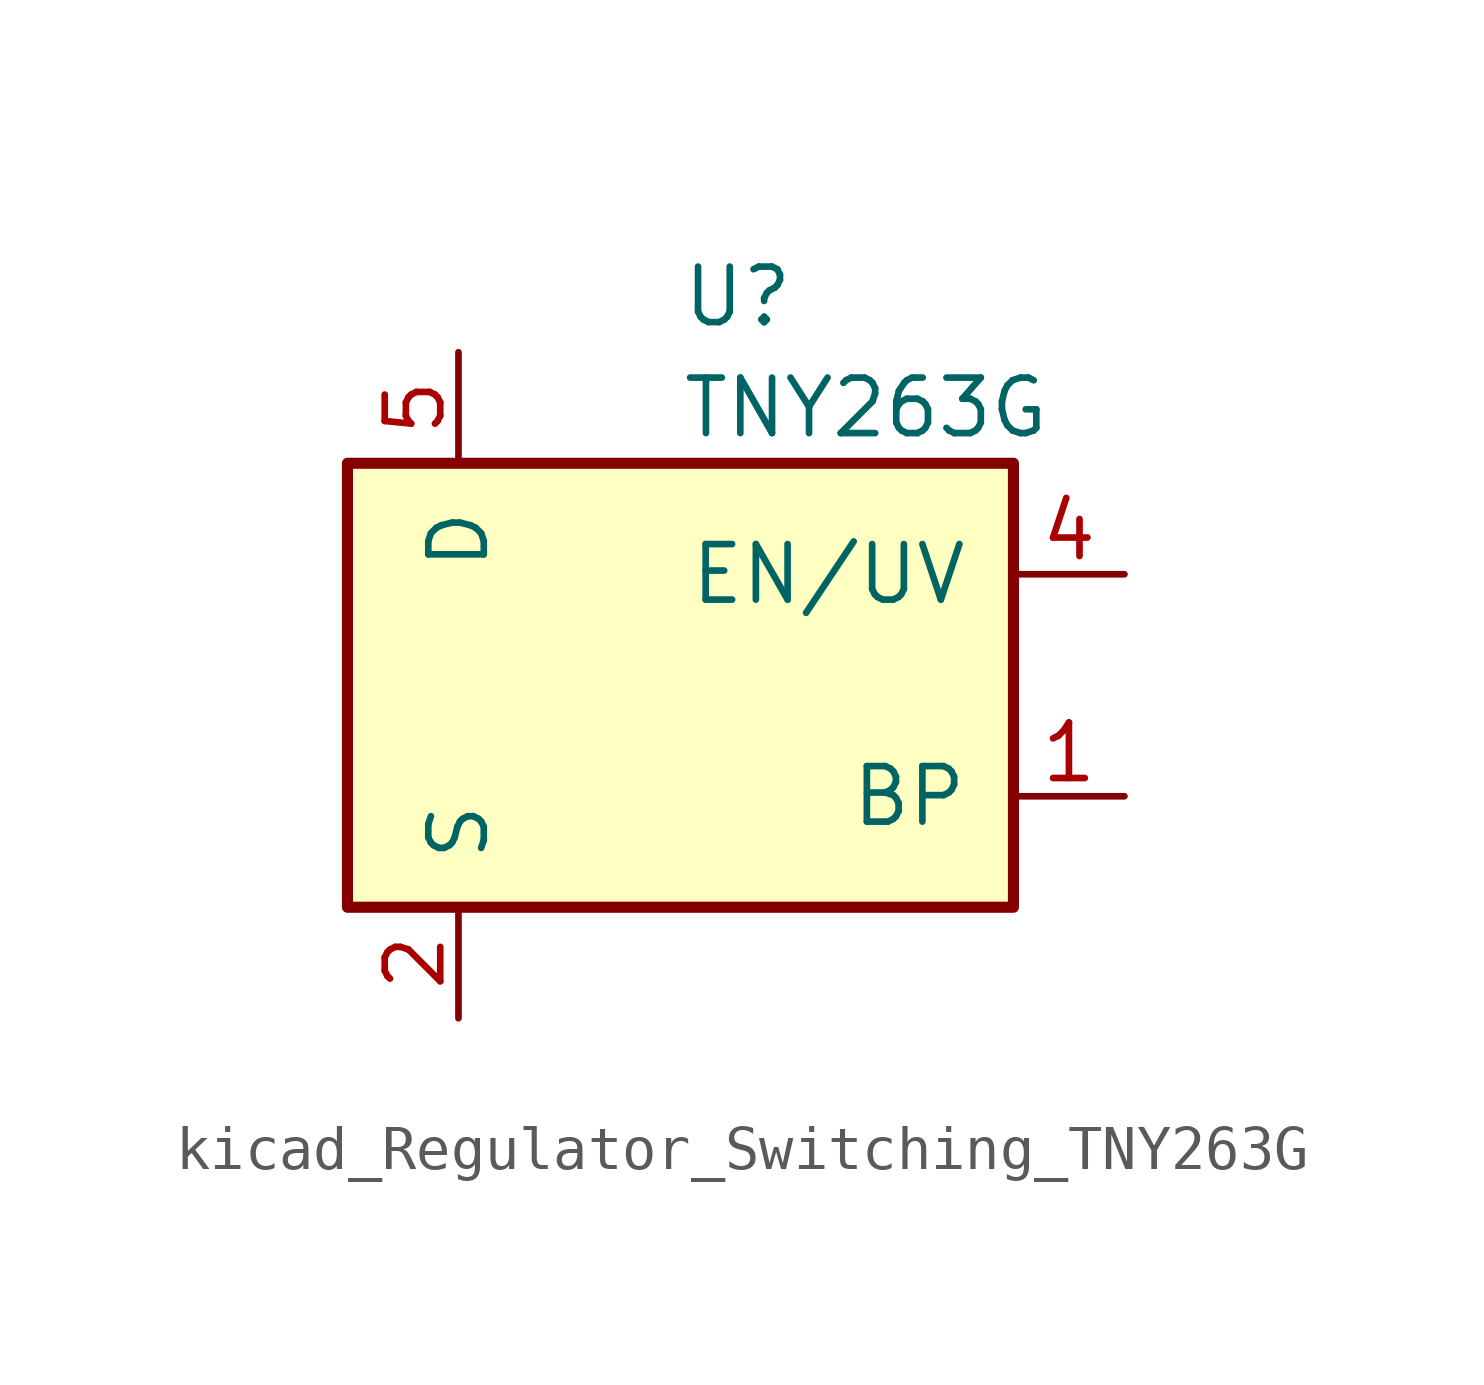
<source format=kicad_sym>
(kicad_symbol_lib
  (version 20220914)
  (generator kicad_symbol_editor)
  (symbol "kicad_Regulator_Switching_TNY263G"
    (pin_names
      (offset 1.016))
    (property "Reference" "U"
      (at 0 8.89 0)
      (effects (font (size 1.27 1.27)) (justify left)))
    (property "Value" "TNY263G"
      (at 0 6.35 0)
      (effects (font (size 1.27 1.27)) (justify left)))
    (symbol "kicad_Regulator_Switching_TNY263G_0_1"
      (rectangle (start -7.62 5.08) (end 7.62 -5.08) (stroke (width 0.254) (type default)) (fill (type background))))
    (symbol "kicad_Regulator_Switching_TNY263G_1_1"
      (pin input line (at 10.16 -2.54 180) (length 2.54) (name "BP" (effects (font (size 1.27 1.27)))) (number "1" (effects (font (size 1.27 1.27)))))
      (pin power_in line (at -5.08 -7.62 90) (length 2.54) (name "S" (effects (font (size 1.27 1.27)))) (number "2" (effects (font (size 1.27 1.27)))))
      (pin passive line (at -5.08 -7.62 90) (length 2.54) hide (name "S" (effects (font (size 1.27 1.27)))) (number "3" (effects (font (size 1.27 1.27)))))
      (pin input line (at 10.16 2.54 180) (length 2.54) (name "EN/UV" (effects (font (size 1.27 1.27)))) (number "4" (effects (font (size 1.27 1.27)))))
      (pin open_collector line (at -5.08 7.62 270) (length 2.54) (name "D" (effects (font (size 1.27 1.27)))) (number "5" (effects (font (size 1.27 1.27)))))
      (pin passive line (at -5.08 -7.62 90) (length 2.54) hide (name "S" (effects (font (size 1.27 1.27)))) (number "7" (effects (font (size 1.27 1.27)))))
      (pin passive line (at -5.08 -7.62 90) (length 2.54) hide (name "S" (effects (font (size 1.27 1.27)))) (number "8" (effects (font (size 1.27 1.27))))))))
</source>
